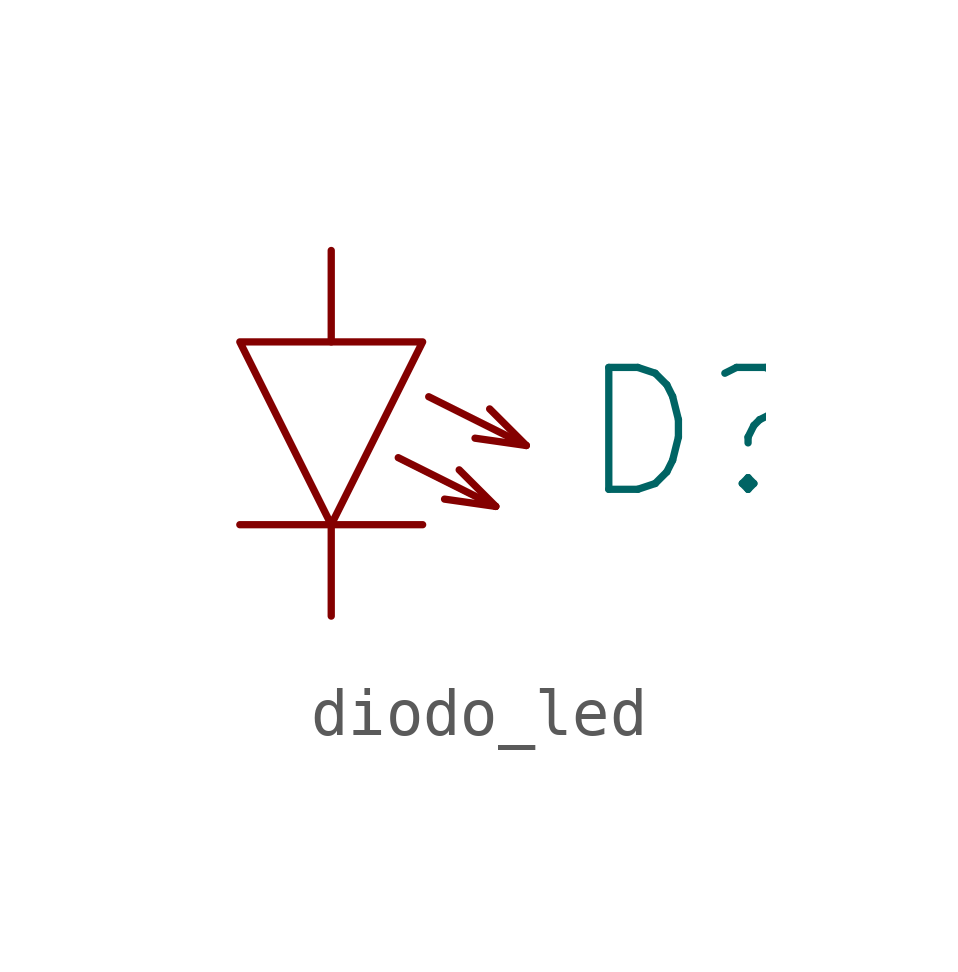
<source format=kicad_sym>
(kicad_symbol_lib
  (version 20211014)
  (generator kicad_symbol_editor)
  (symbol "diodo_led"
    (pin_names
      (offset 1.016))
    (property "Reference" "D"
      (at 5.08 -3.81 0)
      (effects (font (size 2.54 2.54)) (justify left)))
    (symbol "diodo_led_0_1"
      (polyline (pts (xy 1.397 -4.318) (xy 3.429 -5.334)) (stroke (width 0) (type default) (color 0 0 0 0)) (fill (type none)))
      (polyline (pts (xy 1.905 -5.715) (xy -1.905 -5.715)) (stroke (width 0) (type default) (color 0 0 0 0)) (fill (type none)))
      (polyline (pts (xy 2.032 -3.048) (xy 4.064 -4.064)) (stroke (width 0) (type default) (color 0 0 0 0)) (fill (type none)))
      (polyline (pts (xy 3.429 -5.334) (xy 2.362 -5.182)) (stroke (width 0) (type default) (color 0 0 0 0)) (fill (type none)))
      (polyline (pts (xy 3.429 -5.334) (xy 2.667 -4.572)) (stroke (width 0) (type default) (color 0 0 0 0)) (fill (type none)))
      (polyline (pts (xy 4.064 -4.064) (xy 2.997 -3.912)) (stroke (width 0) (type default) (color 0 0 0 0)) (fill (type none)))
      (polyline (pts (xy 4.064 -4.064) (xy 3.302 -3.302)) (stroke (width 0) (type default) (color 0 0 0 0)) (fill (type none)))
      (polyline (pts (xy 1.905 -1.905) (xy -1.905 -1.905) (xy 0 -5.715) (xy 1.905 -1.905)) (stroke (width 0) (type default) (color 0 0 0 0)) (fill (type none))))
    (symbol "diodo_led_1_1"
      (pin input line (at 0 -7.62 90) (length 1.905) (name "~" (effects (font (size 1.27 1.27)))) (number "~" (effects (font (size 1.143 1.143)))))
      (pin input line (at 0 0 270) (length 1.905) (name "~" (effects (font (size 1.27 1.27)))) (number "~" (effects (font (size 1.143 1.143))))))))
</source>
